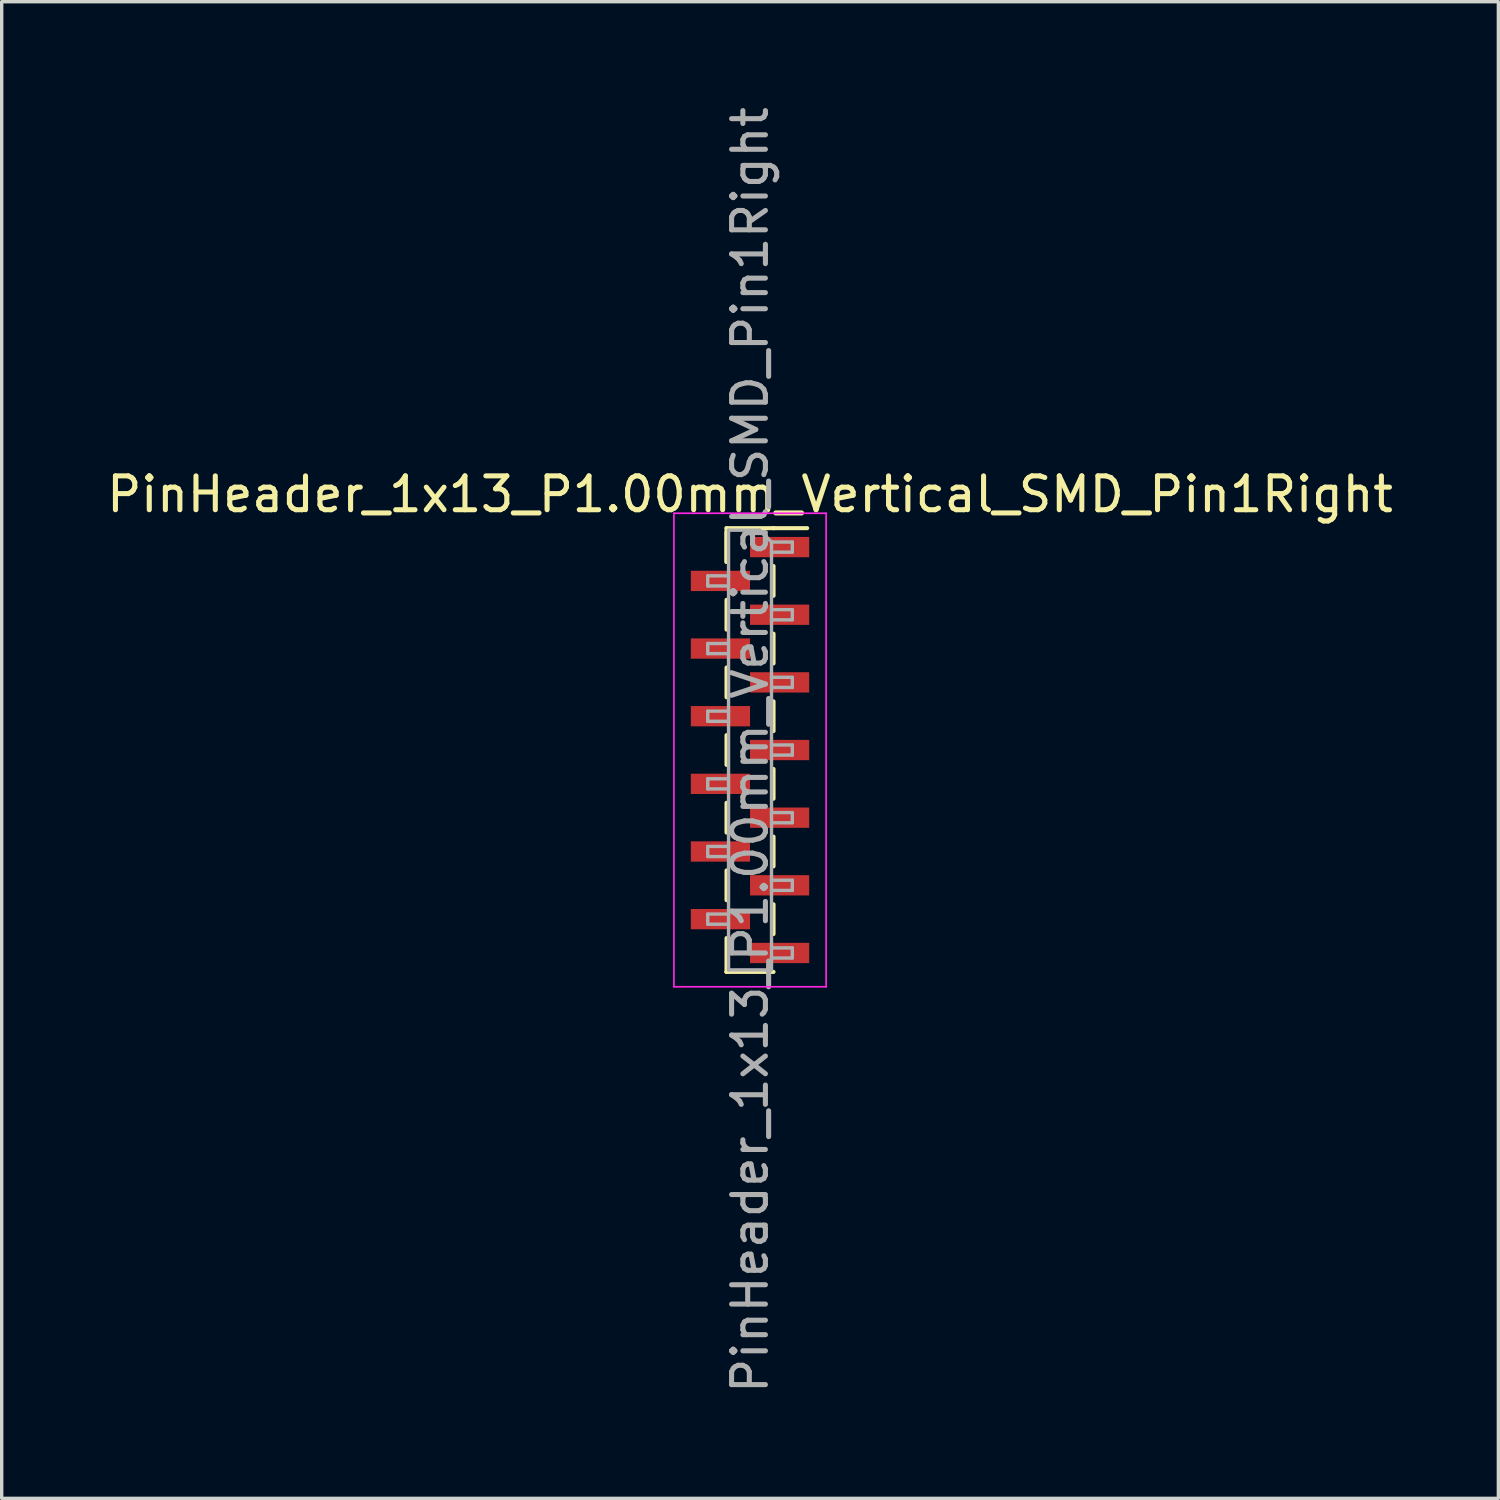
<source format=kicad_pcb>
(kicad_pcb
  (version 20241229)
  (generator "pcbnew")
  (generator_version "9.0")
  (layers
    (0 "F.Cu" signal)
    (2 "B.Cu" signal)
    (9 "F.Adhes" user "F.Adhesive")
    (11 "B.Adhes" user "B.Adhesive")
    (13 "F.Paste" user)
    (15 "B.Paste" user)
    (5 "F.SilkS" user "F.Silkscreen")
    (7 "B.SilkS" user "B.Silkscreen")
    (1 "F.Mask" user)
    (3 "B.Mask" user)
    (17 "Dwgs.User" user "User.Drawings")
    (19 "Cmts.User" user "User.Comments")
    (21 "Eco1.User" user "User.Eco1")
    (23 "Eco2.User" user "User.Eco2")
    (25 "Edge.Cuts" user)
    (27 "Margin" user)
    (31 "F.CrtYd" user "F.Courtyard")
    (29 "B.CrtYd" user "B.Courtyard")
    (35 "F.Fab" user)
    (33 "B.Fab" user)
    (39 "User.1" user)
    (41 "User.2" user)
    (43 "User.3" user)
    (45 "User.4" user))
  (footprint "PinHeader_1x13_P1.00mm_Vertical_SMD_Pin1Right"
    (layer "F.Cu")
    (at 19.125 19.125)
    (property "Reference" "PinHeader_1x13_P1.00mm_Vertical_SMD_Pin1Right" (at 0 -7.56 0) (layer "F.SilkS") (effects (font (size 1 1) (thickness 0.15))))
    (attr smd)
    (fp_line (start -0.695 -6.56) (end -0.695 -5.56) (stroke (width 0.12) (type solid)) (layer "F.SilkS"))
    (fp_line (start -0.695 -6.56) (end 0.695 -6.56) (stroke (width 0.12) (type solid)) (layer "F.SilkS"))
    (fp_line (start -0.695 -6.44) (end -0.695 -5.56) (stroke (width 0.12) (type solid)) (layer "F.SilkS"))
    (fp_line (start -0.695 -4.44) (end -0.695 -3.56) (stroke (width 0.12) (type solid)) (layer "F.SilkS"))
    (fp_line (start -0.695 -2.44) (end -0.695 -1.56) (stroke (width 0.12) (type solid)) (layer "F.SilkS"))
    (fp_line (start -0.695 -0.44) (end -0.695 0.44) (stroke (width 0.12) (type solid)) (layer "F.SilkS"))
    (fp_line (start -0.695 1.56) (end -0.695 2.44) (stroke (width 0.12) (type solid)) (layer "F.SilkS"))
    (fp_line (start -0.695 3.56) (end -0.695 4.44) (stroke (width 0.12) (type solid)) (layer "F.SilkS"))
    (fp_line (start -0.695 5.56) (end -0.695 6.56) (stroke (width 0.12) (type solid)) (layer "F.SilkS"))
    (fp_line (start -0.695 6.56) (end -0.695 6.56) (stroke (width 0.12) (type solid)) (layer "F.SilkS"))
    (fp_line (start -0.695 6.56) (end 0.695 6.56) (stroke (width 0.12) (type solid)) (layer "F.SilkS"))
    (fp_line (start 0.695 -6.56) (end 0.695 -6.56) (stroke (width 0.12) (type solid)) (layer "F.SilkS"))
    (fp_line (start 0.695 -6.56) (end 1.69 -6.56) (stroke (width 0.12) (type solid)) (layer "F.SilkS"))
    (fp_line (start 0.695 -5.44) (end 0.695 -4.56) (stroke (width 0.12) (type solid)) (layer "F.SilkS"))
    (fp_line (start 0.695 -3.44) (end 0.695 -2.56) (stroke (width 0.12) (type solid)) (layer "F.SilkS"))
    (fp_line (start 0.695 -1.44) (end 0.695 -0.56) (stroke (width 0.12) (type solid)) (layer "F.SilkS"))
    (fp_line (start 0.695 0.56) (end 0.695 1.44) (stroke (width 0.12) (type solid)) (layer "F.SilkS"))
    (fp_line (start 0.695 2.56) (end 0.695 3.44) (stroke (width 0.12) (type solid)) (layer "F.SilkS"))
    (fp_line (start 0.695 4.56) (end 0.695 5.44) (stroke (width 0.12) (type solid)) (layer "F.SilkS"))
    (fp_line (start -2.25 -7) (end -2.25 7) (stroke (width 0.05) (type solid)) (layer "F.CrtYd"))
    (fp_line (start -2.25 7) (end 2.25 7) (stroke (width 0.05) (type solid)) (layer "F.CrtYd"))
    (fp_line (start 2.25 -7) (end -2.25 -7) (stroke (width 0.05) (type solid)) (layer "F.CrtYd"))
    (fp_line (start 2.25 7) (end 2.25 -7) (stroke (width 0.05) (type solid)) (layer "F.CrtYd"))
    (fp_line (start -1.25 -5.15) (end -1.25 -4.85) (stroke (width 0.1) (type solid)) (layer "F.Fab"))
    (fp_line (start -1.25 -4.85) (end -0.635 -4.85) (stroke (width 0.1) (type solid)) (layer "F.Fab"))
    (fp_line (start -1.25 -3.15) (end -1.25 -2.85) (stroke (width 0.1) (type solid)) (layer "F.Fab"))
    (fp_line (start -1.25 -2.85) (end -0.635 -2.85) (stroke (width 0.1) (type solid)) (layer "F.Fab"))
    (fp_line (start -1.25 -1.15) (end -1.25 -0.85) (stroke (width 0.1) (type solid)) (layer "F.Fab"))
    (fp_line (start -1.25 -0.85) (end -0.635 -0.85) (stroke (width 0.1) (type solid)) (layer "F.Fab"))
    (fp_line (start -1.25 0.85) (end -1.25 1.15) (stroke (width 0.1) (type solid)) (layer "F.Fab"))
    (fp_line (start -1.25 1.15) (end -0.635 1.15) (stroke (width 0.1) (type solid)) (layer "F.Fab"))
    (fp_line (start -1.25 2.85) (end -1.25 3.15) (stroke (width 0.1) (type solid)) (layer "F.Fab"))
    (fp_line (start -1.25 3.15) (end -0.635 3.15) (stroke (width 0.1) (type solid)) (layer "F.Fab"))
    (fp_line (start -1.25 4.85) (end -1.25 5.15) (stroke (width 0.1) (type solid)) (layer "F.Fab"))
    (fp_line (start -1.25 5.15) (end -0.635 5.15) (stroke (width 0.1) (type solid)) (layer "F.Fab"))
    (fp_line (start -0.635 -6.5) (end -0.635 6.5) (stroke (width 0.1) (type solid)) (layer "F.Fab"))
    (fp_line (start -0.635 -6.5) (end 0.285 -6.5) (stroke (width 0.1) (type solid)) (layer "F.Fab"))
    (fp_line (start -0.635 -5.15) (end -1.25 -5.15) (stroke (width 0.1) (type solid)) (layer "F.Fab"))
    (fp_line (start -0.635 -3.15) (end -1.25 -3.15) (stroke (width 0.1) (type solid)) (layer "F.Fab"))
    (fp_line (start -0.635 -1.15) (end -1.25 -1.15) (stroke (width 0.1) (type solid)) (layer "F.Fab"))
    (fp_line (start -0.635 0.85) (end -1.25 0.85) (stroke (width 0.1) (type solid)) (layer "F.Fab"))
    (fp_line (start -0.635 2.85) (end -1.25 2.85) (stroke (width 0.1) (type solid)) (layer "F.Fab"))
    (fp_line (start -0.635 4.85) (end -1.25 4.85) (stroke (width 0.1) (type solid)) (layer "F.Fab"))
    (fp_line (start 0.635 -6.15) (end 0.285 -6.5) (stroke (width 0.1) (type solid)) (layer "F.Fab"))
    (fp_line (start 0.635 -6.15) (end 1.25 -6.15) (stroke (width 0.1) (type solid)) (layer "F.Fab"))
    (fp_line (start 0.635 -4.15) (end 1.25 -4.15) (stroke (width 0.1) (type solid)) (layer "F.Fab"))
    (fp_line (start 0.635 -2.15) (end 1.25 -2.15) (stroke (width 0.1) (type solid)) (layer "F.Fab"))
    (fp_line (start 0.635 -0.15) (end 1.25 -0.15) (stroke (width 0.1) (type solid)) (layer "F.Fab"))
    (fp_line (start 0.635 1.85) (end 1.25 1.85) (stroke (width 0.1) (type solid)) (layer "F.Fab"))
    (fp_line (start 0.635 3.85) (end 1.25 3.85) (stroke (width 0.1) (type solid)) (layer "F.Fab"))
    (fp_line (start 0.635 5.85) (end 1.25 5.85) (stroke (width 0.1) (type solid)) (layer "F.Fab"))
    (fp_line (start 0.635 6.5) (end -0.635 6.5) (stroke (width 0.1) (type solid)) (layer "F.Fab"))
    (fp_line (start 0.635 6.5) (end 0.635 -6.15) (stroke (width 0.1) (type solid)) (layer "F.Fab"))
    (fp_line (start 1.25 -6.15) (end 1.25 -5.85) (stroke (width 0.1) (type solid)) (layer "F.Fab"))
    (fp_line (start 1.25 -5.85) (end 0.635 -5.85) (stroke (width 0.1) (type solid)) (layer "F.Fab"))
    (fp_line (start 1.25 -4.15) (end 1.25 -3.85) (stroke (width 0.1) (type solid)) (layer "F.Fab"))
    (fp_line (start 1.25 -3.85) (end 0.635 -3.85) (stroke (width 0.1) (type solid)) (layer "F.Fab"))
    (fp_line (start 1.25 -2.15) (end 1.25 -1.85) (stroke (width 0.1) (type solid)) (layer "F.Fab"))
    (fp_line (start 1.25 -1.85) (end 0.635 -1.85) (stroke (width 0.1) (type solid)) (layer "F.Fab"))
    (fp_line (start 1.25 -0.15) (end 1.25 0.15) (stroke (width 0.1) (type solid)) (layer "F.Fab"))
    (fp_line (start 1.25 0.15) (end 0.635 0.15) (stroke (width 0.1) (type solid)) (layer "F.Fab"))
    (fp_line (start 1.25 1.85) (end 1.25 2.15) (stroke (width 0.1) (type solid)) (layer "F.Fab"))
    (fp_line (start 1.25 2.15) (end 0.635 2.15) (stroke (width 0.1) (type solid)) (layer "F.Fab"))
    (fp_line (start 1.25 3.85) (end 1.25 4.15) (stroke (width 0.1) (type solid)) (layer "F.Fab"))
    (fp_line (start 1.25 4.15) (end 0.635 4.15) (stroke (width 0.1) (type solid)) (layer "F.Fab"))
    (fp_line (start 1.25 5.85) (end 1.25 6.15) (stroke (width 0.1) (type solid)) (layer "F.Fab"))
    (fp_line (start 1.25 6.15) (end 0.635 6.15) (stroke (width 0.1) (type solid)) (layer "F.Fab"))
    (fp_text user "${REFERENCE}" (at 0 0 90) (layer "F.Fab") (effects (font (size 1 1) (thickness 0.15))))
    (pad "1" smd rect (at 0.875 -6) (size 1.75 0.6) (layers "F.Cu" "F.Mask" "F.Paste"))
    (pad "2" smd rect (at -0.875 -5) (size 1.75 0.6) (layers "F.Cu" "F.Mask" "F.Paste"))
    (pad "3" smd rect (at 0.875 -4) (size 1.75 0.6) (layers "F.Cu" "F.Mask" "F.Paste"))
    (pad "4" smd rect (at -0.875 -3) (size 1.75 0.6) (layers "F.Cu" "F.Mask" "F.Paste"))
    (pad "5" smd rect (at 0.875 -2) (size 1.75 0.6) (layers "F.Cu" "F.Mask" "F.Paste"))
    (pad "6" smd rect (at -0.875 -1) (size 1.75 0.6) (layers "F.Cu" "F.Mask" "F.Paste"))
    (pad "7" smd rect (at 0.875 0) (size 1.75 0.6) (layers "F.Cu" "F.Mask" "F.Paste"))
    (pad "8" smd rect (at -0.875 1) (size 1.75 0.6) (layers "F.Cu" "F.Mask" "F.Paste"))
    (pad "9" smd rect (at 0.875 2) (size 1.75 0.6) (layers "F.Cu" "F.Mask" "F.Paste"))
    (pad "10" smd rect (at -0.875 3) (size 1.75 0.6) (layers "F.Cu" "F.Mask" "F.Paste"))
    (pad "11" smd rect (at 0.875 4) (size 1.75 0.6) (layers "F.Cu" "F.Mask" "F.Paste"))
    (pad "12" smd rect (at -0.875 5) (size 1.75 0.6) (layers "F.Cu" "F.Mask" "F.Paste"))
    (pad "13" smd rect (at 0.875 6) (size 1.75 0.6) (layers "F.Cu" "F.Mask" "F.Paste")))
  (gr_rect
    (start -3 -3)
    (end 41.25 41.25)
    (stroke (width 0.1) (type default))
    (fill no)
    (layer "Edge.Cuts")))
</source>
